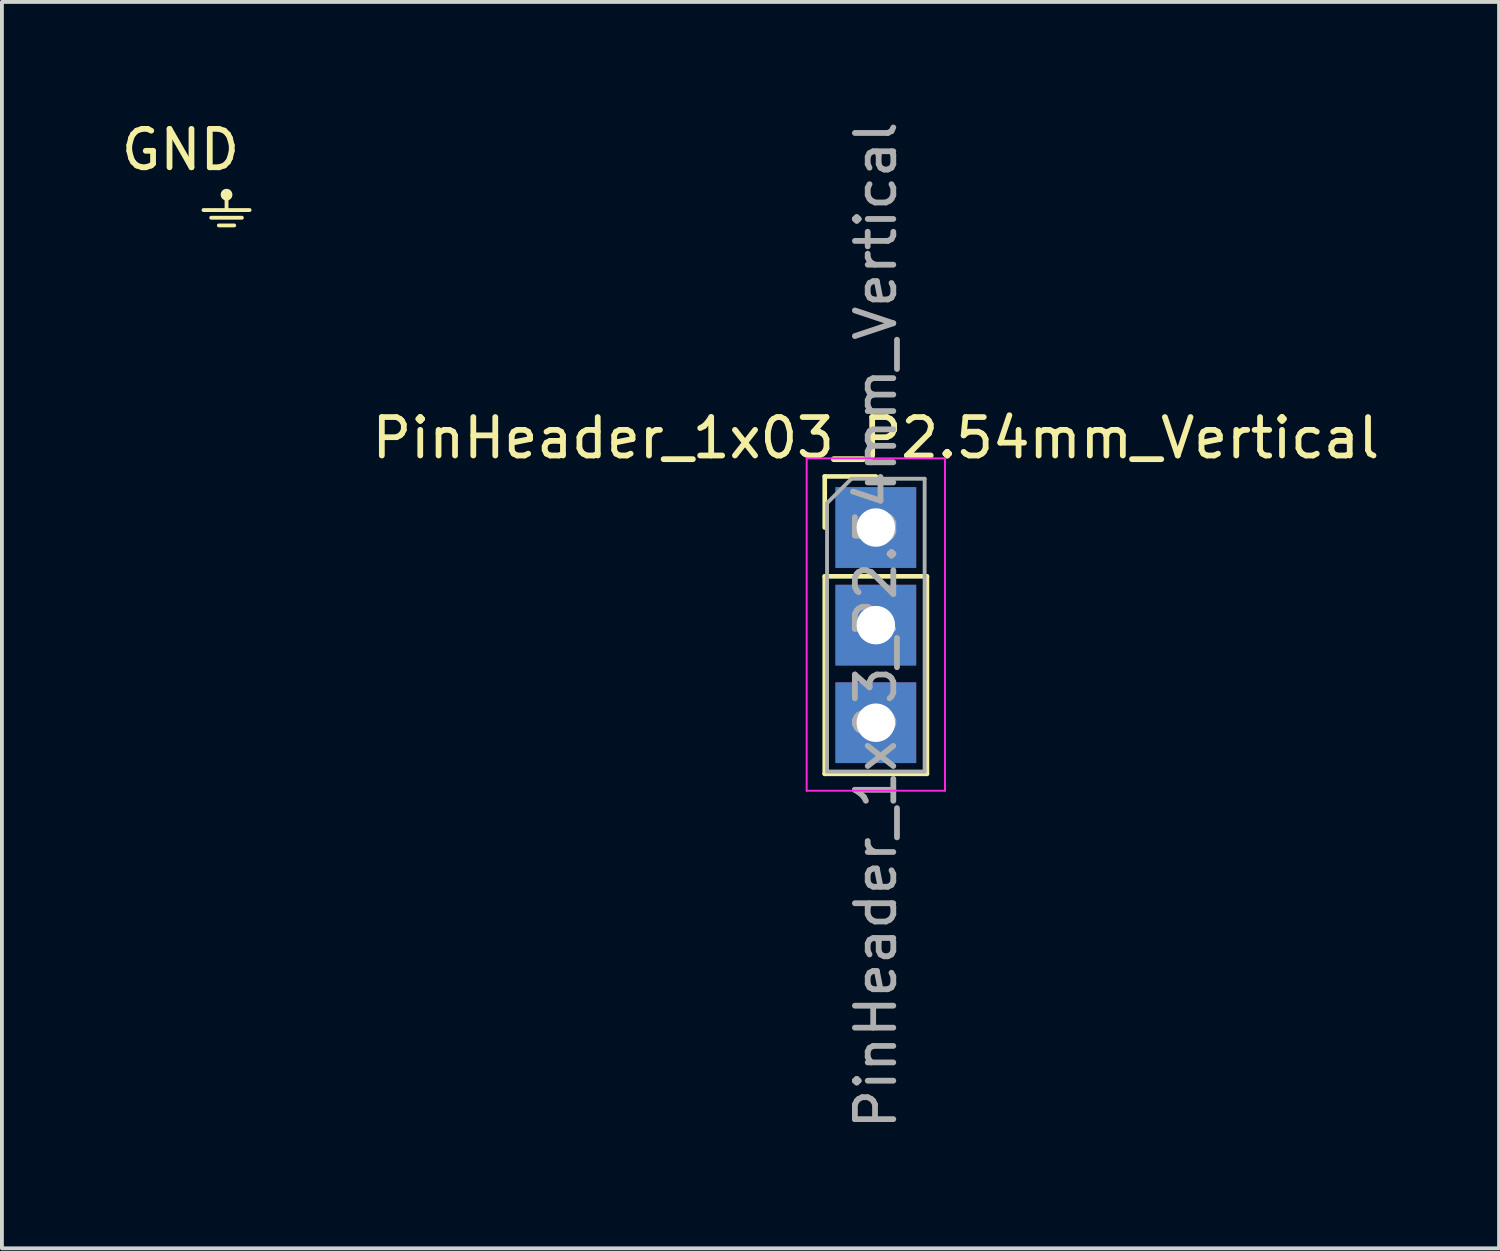
<source format=kicad_pcb>
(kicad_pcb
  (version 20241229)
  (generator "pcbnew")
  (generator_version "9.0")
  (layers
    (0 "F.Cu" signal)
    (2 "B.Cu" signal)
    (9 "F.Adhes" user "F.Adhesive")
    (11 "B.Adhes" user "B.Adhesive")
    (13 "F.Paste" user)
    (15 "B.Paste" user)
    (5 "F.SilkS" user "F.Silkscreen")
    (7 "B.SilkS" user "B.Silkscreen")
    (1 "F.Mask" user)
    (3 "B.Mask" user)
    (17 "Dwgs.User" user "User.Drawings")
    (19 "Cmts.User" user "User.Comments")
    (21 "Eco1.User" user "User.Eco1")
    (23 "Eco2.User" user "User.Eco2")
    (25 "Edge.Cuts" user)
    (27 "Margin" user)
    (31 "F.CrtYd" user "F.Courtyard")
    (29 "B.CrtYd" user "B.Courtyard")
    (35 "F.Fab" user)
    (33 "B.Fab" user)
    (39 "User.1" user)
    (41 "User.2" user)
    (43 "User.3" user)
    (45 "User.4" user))
  (footprint "GND"
    (layer "F.Cu")
    (at 3.274 3.033)
    (property "Reference" "GND" (at -1.626 -2.184 0) (unlocked yes) (layer "F.SilkS") (effects (font (size 1 1) (thickness 0.15))))
    (fp_line (start -1.028 -0.616) (end 0.172 -0.616) (stroke (width 0.1) (type solid)) (layer "F.SilkS"))
    (fp_line (start -0.828 -0.416) (end -0.028 -0.416) (stroke (width 0.1) (type solid)) (layer "F.SilkS"))
    (fp_line (start -0.628 -0.216) (end -0.228 -0.216) (stroke (width 0.1) (type solid)) (layer "F.SilkS"))
    (fp_line (start -0.428 -1.016) (end -0.428 -0.616) (stroke (width 0.1) (type solid)) (layer "F.SilkS"))
    (fp_circle (center -0.428 -1.016) (end -0.373 -1.073) (stroke (width 0.15) (type solid)) (fill no) (layer "F.SilkS")))
  (footprint "PinHeader_1x03_P2.54mm_Vertical"
    (layer "F.Cu")
    (at 19.745 10.68)
    (property "Reference" "PinHeader_1x03_P2.54mm_Vertical" (at 0 -2.33 0) (layer "F.SilkS") (effects (font (size 1 1) (thickness 0.15))))
    (attr through_hole)
    (fp_line (start -1.33 -1.33) (end 0 -1.33) (stroke (width 0.12) (type solid)) (layer "F.SilkS"))
    (fp_line (start -1.33 0) (end -1.33 -1.33) (stroke (width 0.12) (type solid)) (layer "F.SilkS"))
    (fp_line (start -1.33 1.27) (end -1.33 6.41) (stroke (width 0.12) (type solid)) (layer "F.SilkS"))
    (fp_line (start -1.33 1.27) (end 1.33 1.27) (stroke (width 0.12) (type solid)) (layer "F.SilkS"))
    (fp_line (start -1.33 6.41) (end 1.33 6.41) (stroke (width 0.12) (type solid)) (layer "F.SilkS"))
    (fp_line (start 1.33 1.27) (end 1.33 6.41) (stroke (width 0.12) (type solid)) (layer "F.SilkS"))
    (fp_line (start -1.8 -1.8) (end -1.8 6.85) (stroke (width 0.05) (type solid)) (layer "F.CrtYd"))
    (fp_line (start -1.8 6.85) (end 1.8 6.85) (stroke (width 0.05) (type solid)) (layer "F.CrtYd"))
    (fp_line (start 1.8 -1.8) (end -1.8 -1.8) (stroke (width 0.05) (type solid)) (layer "F.CrtYd"))
    (fp_line (start 1.8 6.85) (end 1.8 -1.8) (stroke (width 0.05) (type solid)) (layer "F.CrtYd"))
    (fp_line (start -1.27 -0.635) (end -0.635 -1.27) (stroke (width 0.1) (type solid)) (layer "F.Fab"))
    (fp_line (start -1.27 6.35) (end -1.27 -0.635) (stroke (width 0.1) (type solid)) (layer "F.Fab"))
    (fp_line (start -0.635 -1.27) (end 1.27 -1.27) (stroke (width 0.1) (type solid)) (layer "F.Fab"))
    (fp_line (start 1.27 -1.27) (end 1.27 6.35) (stroke (width 0.1) (type solid)) (layer "F.Fab"))
    (fp_line (start 1.27 6.35) (end -1.27 6.35) (stroke (width 0.1) (type solid)) (layer "F.Fab"))
    (fp_text user "${REFERENCE}" (at 0 2.54 90) (layer "F.Fab") (effects (font (size 1 1) (thickness 0.15))))
    (pad "1" thru_hole rect (at 0 0) (size 2.1 2.1) (drill 1) (layers "*.Cu" "*.Mask"))
    (pad "2" thru_hole rect (at 0 2.54) (size 2.1 2.1) (drill 1) (layers "*.Cu" "*.Mask"))
    (pad "3" thru_hole rect (at 0 5.08) (size 2.1 2.1) (drill 1) (layers "*.Cu" "*.Mask")))
  (gr_rect
    (start -3 -3)
    (end 35.965 29.44)
    (stroke (width 0.1) (type default))
    (fill no)
    (layer "Edge.Cuts")))
</source>
